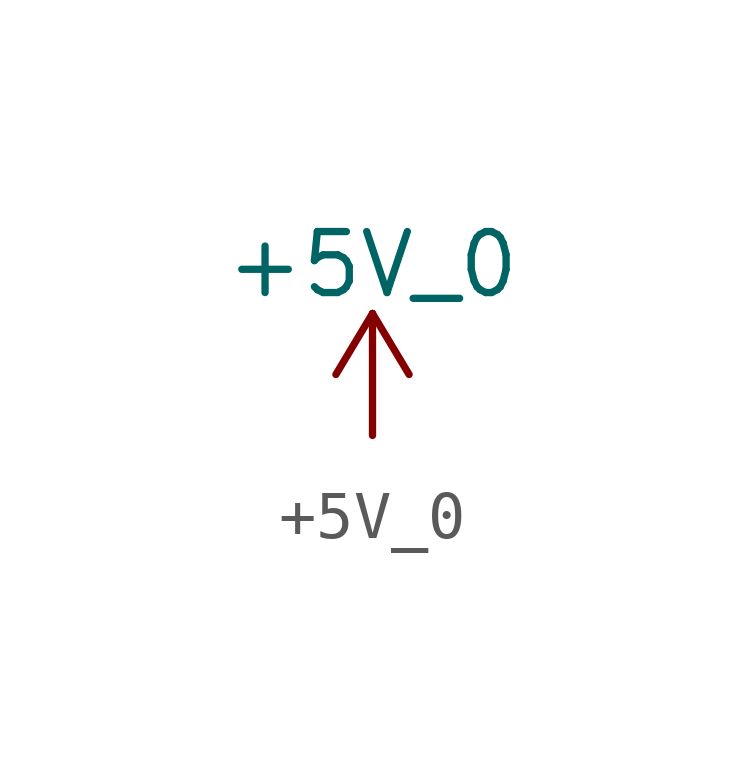
<source format=kicad_sym>
(kicad_symbol_lib
  (version 20211014)
  (generator kicad_symbol_editor)
  (symbol "+5V_0"
    (power)
    (pin_names
      (offset 0))
    (property "Reference" "#PWR"
      (at 0 -3.81 0)
      (effects (font (size 1.27 1.27)) hide))
    (property "Value" "+5V_0"
      (at 0 3.556 0)
      (effects (font (size 1.27 1.27))))
    (symbol "+5V_0_0_1"
      (polyline (pts (xy -0.762 1.27) (xy 0 2.54)) (stroke (width 0) (type default) (color 0 0 0 0)) (fill (type none)))
      (polyline (pts (xy 0 0) (xy 0 2.54)) (stroke (width 0) (type default) (color 0 0 0 0)) (fill (type none)))
      (polyline (pts (xy 0 2.54) (xy 0.762 1.27)) (stroke (width 0) (type default) (color 0 0 0 0)) (fill (type none))))
    (symbol "+5V_0_1_1"
      (pin power_in line (at 0 0 90) (length 0) hide (name "+5V_0" (effects (font (size 1.27 1.27)))) (number "1" (effects (font (size 1.27 1.27))))))))
</source>
